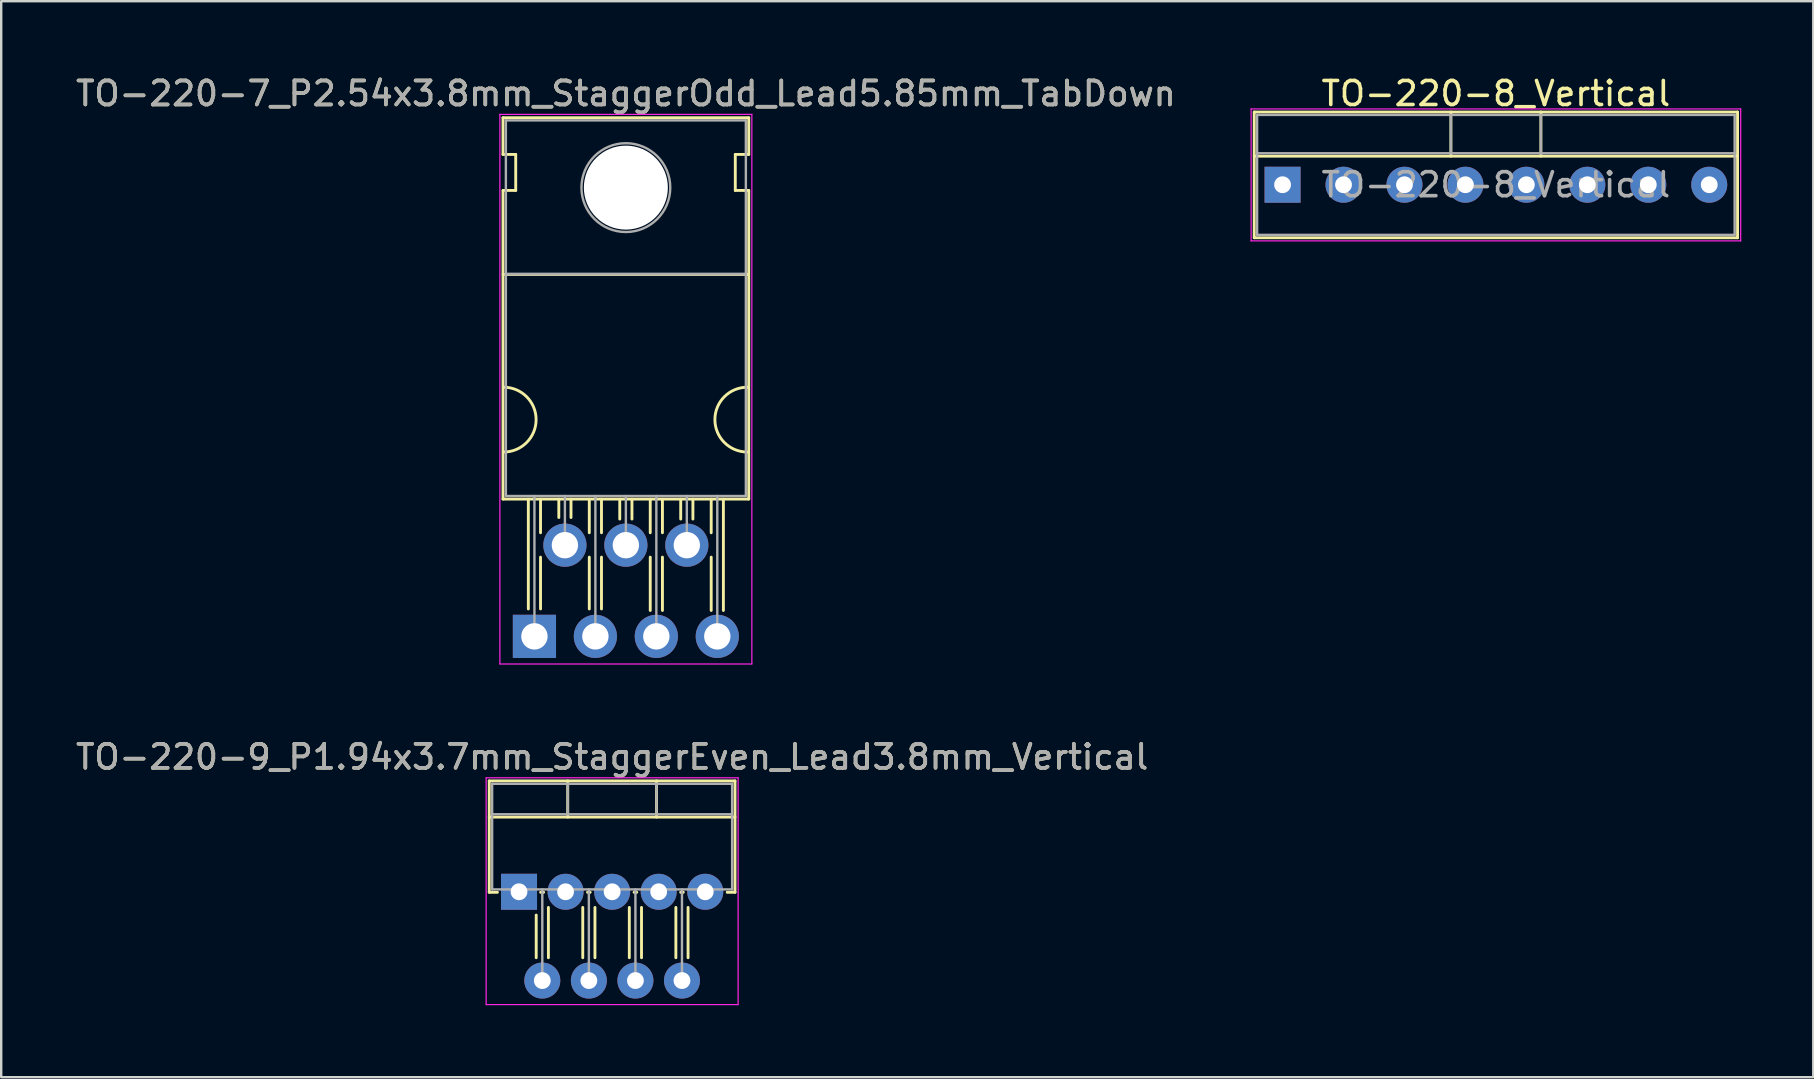
<source format=kicad_pcb>
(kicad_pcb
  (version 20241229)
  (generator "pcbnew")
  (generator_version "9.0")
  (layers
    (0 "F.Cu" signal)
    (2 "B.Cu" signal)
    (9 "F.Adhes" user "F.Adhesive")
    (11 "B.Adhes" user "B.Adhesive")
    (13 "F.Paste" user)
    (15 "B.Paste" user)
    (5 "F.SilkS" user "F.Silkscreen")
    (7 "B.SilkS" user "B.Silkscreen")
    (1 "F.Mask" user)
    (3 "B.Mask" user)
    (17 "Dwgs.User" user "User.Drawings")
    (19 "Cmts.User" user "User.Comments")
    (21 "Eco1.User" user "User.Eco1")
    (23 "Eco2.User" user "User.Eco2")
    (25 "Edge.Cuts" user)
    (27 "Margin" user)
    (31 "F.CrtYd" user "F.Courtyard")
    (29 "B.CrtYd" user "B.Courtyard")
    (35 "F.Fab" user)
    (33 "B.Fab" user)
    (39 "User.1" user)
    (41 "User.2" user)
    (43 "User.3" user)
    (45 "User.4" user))
  (footprint "TO-220-9_P1.94x3.7mm_StaggerEven_Lead3.8mm_Vertical"
    (layer "F.Cu")
    (at 18.578 34.111)
    (property "Reference" "TO-220-9_P1.94x3.7mm_StaggerEven_Lead3.8mm_Vertical" (at 3.88 -5.62 0) (layer "F.SilkS") (effects (font (size 1 1) (thickness 0.15))))
    (attr through_hole)
    (fp_line (start -1.241 -4.62) (end -1.241 0.021) (stroke (width 0.12) (type solid)) (layer "F.SilkS"))
    (fp_line (start -1.241 -4.62) (end 9 -4.62) (stroke (width 0.12) (type solid)) (layer "F.SilkS"))
    (fp_line (start -1.241 -3.111) (end 9 -3.111) (stroke (width 0.12) (type solid)) (layer "F.SilkS"))
    (fp_line (start -1.241 0.021) (end -0.9 0.021) (stroke (width 0.12) (type solid)) (layer "F.SilkS"))
    (fp_line (start 0.716 2.748) (end 0.716 0.97) (stroke (width 0.12) (type solid)) (layer "F.SilkS"))
    (fp_line (start 0.9 0.021) (end 1.025 0.021) (stroke (width 0.12) (type solid)) (layer "F.SilkS"))
    (fp_line (start 1.224 2.748) (end 1.224 0.652) (stroke (width 0.12) (type solid)) (layer "F.SilkS"))
    (fp_line (start 2.03 -4.62) (end 2.03 -3.111) (stroke (width 0.12) (type solid)) (layer "F.SilkS"))
    (fp_line (start 2.656 2.748) (end 2.656 0.652) (stroke (width 0.12) (type solid)) (layer "F.SilkS"))
    (fp_line (start 2.855 0.021) (end 2.965 0.021) (stroke (width 0.12) (type solid)) (layer "F.SilkS"))
    (fp_line (start 3.164 2.748) (end 3.164 0.652) (stroke (width 0.12) (type solid)) (layer "F.SilkS"))
    (fp_line (start 4.596 2.748) (end 4.596 0.652) (stroke (width 0.12) (type solid)) (layer "F.SilkS"))
    (fp_line (start 4.795 0.021) (end 4.905 0.021) (stroke (width 0.12) (type solid)) (layer "F.SilkS"))
    (fp_line (start 5.104 2.748) (end 5.104 0.652) (stroke (width 0.12) (type solid)) (layer "F.SilkS"))
    (fp_line (start 5.73 -4.62) (end 5.73 -3.111) (stroke (width 0.12) (type solid)) (layer "F.SilkS"))
    (fp_line (start 6.536 2.748) (end 6.536 0.652) (stroke (width 0.12) (type solid)) (layer "F.SilkS"))
    (fp_line (start 6.735 0.021) (end 6.845 0.021) (stroke (width 0.12) (type solid)) (layer "F.SilkS"))
    (fp_line (start 7.044 2.748) (end 7.044 0.652) (stroke (width 0.12) (type solid)) (layer "F.SilkS"))
    (fp_line (start 8.675 0.021) (end 9 0.021) (stroke (width 0.12) (type solid)) (layer "F.SilkS"))
    (fp_line (start 9 -4.62) (end 9 0.021) (stroke (width 0.12) (type solid)) (layer "F.SilkS"))
    (fp_line (start -1.37 -4.75) (end -1.37 4.7) (stroke (width 0.05) (type solid)) (layer "F.CrtYd"))
    (fp_line (start -1.37 4.7) (end 9.13 4.7) (stroke (width 0.05) (type solid)) (layer "F.CrtYd"))
    (fp_line (start 9.13 -4.75) (end -1.37 -4.75) (stroke (width 0.05) (type solid)) (layer "F.CrtYd"))
    (fp_line (start 9.13 4.7) (end 9.13 -4.75) (stroke (width 0.05) (type solid)) (layer "F.CrtYd"))
    (fp_line (start -1.12 -4.5) (end -1.12 -0.1) (stroke (width 0.1) (type solid)) (layer "F.Fab"))
    (fp_line (start -1.12 -3.23) (end 8.88 -3.23) (stroke (width 0.1) (type solid)) (layer "F.Fab"))
    (fp_line (start -1.12 -0.1) (end 8.88 -0.1) (stroke (width 0.1) (type solid)) (layer "F.Fab"))
    (fp_line (start 0 -0.1) (end 0 0) (stroke (width 0.1) (type solid)) (layer "F.Fab"))
    (fp_line (start 0.97 -0.1) (end 0.97 3.7) (stroke (width 0.1) (type solid)) (layer "F.Fab"))
    (fp_line (start 1.94 -0.1) (end 1.94 0) (stroke (width 0.1) (type solid)) (layer "F.Fab"))
    (fp_line (start 2.03 -4.5) (end 2.03 -3.23) (stroke (width 0.1) (type solid)) (layer "F.Fab"))
    (fp_line (start 2.91 -0.1) (end 2.91 3.7) (stroke (width 0.1) (type solid)) (layer "F.Fab"))
    (fp_line (start 3.88 -0.1) (end 3.88 0) (stroke (width 0.1) (type solid)) (layer "F.Fab"))
    (fp_line (start 4.85 -0.1) (end 4.85 3.7) (stroke (width 0.1) (type solid)) (layer "F.Fab"))
    (fp_line (start 5.73 -4.5) (end 5.73 -3.23) (stroke (width 0.1) (type solid)) (layer "F.Fab"))
    (fp_line (start 5.82 -0.1) (end 5.82 0) (stroke (width 0.1) (type solid)) (layer "F.Fab"))
    (fp_line (start 6.79 -0.1) (end 6.79 3.7) (stroke (width 0.1) (type solid)) (layer "F.Fab"))
    (fp_line (start 7.76 -0.1) (end 7.76 0) (stroke (width 0.1) (type solid)) (layer "F.Fab"))
    (fp_line (start 8.88 -4.5) (end -1.12 -4.5) (stroke (width 0.1) (type solid)) (layer "F.Fab"))
    (fp_line (start 8.88 -0.1) (end 8.88 -4.5) (stroke (width 0.1) (type solid)) (layer "F.Fab"))
    (fp_text user "${REFERENCE}" (at 3.88 -5.62 0) (layer "F.Fab") (effects (font (size 1 1) (thickness 0.15))))
    (pad "1" thru_hole rect (at 0 0) (size 1.5 1.5) (drill 0.7) (layers "*.Cu" "*.Mask"))
    (pad "2" thru_hole oval (at 0.97 3.7) (size 1.5 1.5) (drill 0.7) (layers "*.Cu" "*.Mask"))
    (pad "3" thru_hole oval (at 1.94 0) (size 1.5 1.5) (drill 0.7) (layers "*.Cu" "*.Mask"))
    (pad "4" thru_hole oval (at 2.91 3.7) (size 1.5 1.5) (drill 0.7) (layers "*.Cu" "*.Mask"))
    (pad "5" thru_hole oval (at 3.88 0) (size 1.5 1.5) (drill 0.7) (layers "*.Cu" "*.Mask"))
    (pad "6" thru_hole oval (at 4.85 3.7) (size 1.5 1.5) (drill 0.7) (layers "*.Cu" "*.Mask"))
    (pad "7" thru_hole oval (at 5.82 0) (size 1.5 1.5) (drill 0.7) (layers "*.Cu" "*.Mask"))
    (pad "8" thru_hole oval (at 6.79 3.7) (size 1.5 1.5) (drill 0.7) (layers "*.Cu" "*.Mask"))
    (pad "9" thru_hole oval (at 7.76 0) (size 1.5 1.5) (drill 0.7) (layers "*.Cu" "*.Mask")))
  (footprint "TO-220-7_P2.54x3.8mm_StaggerOdd_Lead5.85mm_TabDown"
    (layer "F.Cu")
    (at 19.22 23.468)
    (property "Reference" "TO-220-7_P2.54x3.8mm_StaggerOdd_Lead5.85mm_TabDown" (at 3.81 -22.62 0) (layer "F.SilkS") (effects (font (size 1 1) (thickness 0.15))))
    (attr through_hole)
    (fp_line (start -1.31 -21.612) (end -1.31 -20.082) (stroke (width 0.12) (type solid)) (layer "F.SilkS"))
    (fp_line (start -1.31 -21.612) (end 8.93 -21.612) (stroke (width 0.12) (type solid)) (layer "F.SilkS"))
    (fp_line (start -1.31 -20.082) (end -0.78 -20.082) (stroke (width 0.12) (type solid)) (layer "F.SilkS"))
    (fp_line (start -1.31 -18.582) (end -1.31 -5.722) (stroke (width 0.12) (type solid)) (layer "F.SilkS"))
    (fp_line (start -1.31 -5.722) (end 8.93 -5.722) (stroke (width 0.12) (type solid)) (layer "F.SilkS"))
    (fp_line (start -1.305 -15.082) (end 8.92 -15.082) (stroke (width 0.12) (type solid)) (layer "F.SilkS"))
    (fp_line (start -0.78 -20.082) (end -0.78 -18.582) (stroke (width 0.12) (type solid)) (layer "F.SilkS"))
    (fp_line (start -0.78 -18.582) (end -1.305 -18.582) (stroke (width 0.12) (type solid)) (layer "F.SilkS"))
    (fp_line (start -0.254 -5.715) (end -0.254 -1.143) (stroke (width 0.12) (type solid)) (layer "F.SilkS"))
    (fp_line (start 0.254 -4.318) (end 0.254 -5.715) (stroke (width 0.12) (type solid)) (layer "F.SilkS"))
    (fp_line (start 0.254 -1.143) (end 0.254 -3.302) (stroke (width 0.12) (type solid)) (layer "F.SilkS"))
    (fp_line (start 1.016 -5.715) (end 1.016 -4.953) (stroke (width 0.12) (type solid)) (layer "F.SilkS"))
    (fp_line (start 1.524 -4.953) (end 1.524 -5.715) (stroke (width 0.12) (type solid)) (layer "F.SilkS"))
    (fp_line (start 2.286 -5.715) (end 2.286 -4.318) (stroke (width 0.12) (type solid)) (layer "F.SilkS"))
    (fp_line (start 2.286 -3.302) (end 2.286 -1.143) (stroke (width 0.12) (type solid)) (layer "F.SilkS"))
    (fp_line (start 2.794 -4.318) (end 2.794 -5.715) (stroke (width 0.12) (type solid)) (layer "F.SilkS"))
    (fp_line (start 2.794 -1.143) (end 2.794 -3.302) (stroke (width 0.12) (type solid)) (layer "F.SilkS"))
    (fp_line (start 3.556 -5.715) (end 3.556 -4.889) (stroke (width 0.12) (type solid)) (layer "F.SilkS"))
    (fp_line (start 4.064 -4.889) (end 4.064 -5.715) (stroke (width 0.12) (type solid)) (layer "F.SilkS"))
    (fp_line (start 4.826 -5.715) (end 4.826 -4.318) (stroke (width 0.12) (type solid)) (layer "F.SilkS"))
    (fp_line (start 4.826 -3.302) (end 4.826 -1.079) (stroke (width 0.12) (type solid)) (layer "F.SilkS"))
    (fp_line (start 5.334 -4.318) (end 5.334 -5.715) (stroke (width 0.12) (type solid)) (layer "F.SilkS"))
    (fp_line (start 5.334 -1.079) (end 5.334 -3.302) (stroke (width 0.12) (type solid)) (layer "F.SilkS"))
    (fp_line (start 6.096 -5.715) (end 6.096 -4.889) (stroke (width 0.12) (type solid)) (layer "F.SilkS"))
    (fp_line (start 6.604 -4.889) (end 6.604 -5.715) (stroke (width 0.12) (type solid)) (layer "F.SilkS"))
    (fp_line (start 7.366 -5.715) (end 7.366 -4.318) (stroke (width 0.12) (type solid)) (layer "F.SilkS"))
    (fp_line (start 7.366 -3.302) (end 7.366 -1.079) (stroke (width 0.12) (type solid)) (layer "F.SilkS"))
    (fp_line (start 7.874 -1.079) (end 7.874 -5.715) (stroke (width 0.12) (type solid)) (layer "F.SilkS"))
    (fp_line (start 8.37 -20.082) (end 8.93 -20.082) (stroke (width 0.12) (type solid)) (layer "F.SilkS"))
    (fp_line (start 8.37 -18.582) (end 8.37 -20.082) (stroke (width 0.12) (type solid)) (layer "F.SilkS"))
    (fp_line (start 8.93 -21.612) (end 8.93 -20.082) (stroke (width 0.12) (type solid)) (layer "F.SilkS"))
    (fp_line (start 8.93 -18.582) (end 8.37 -18.582) (stroke (width 0.12) (type solid)) (layer "F.SilkS"))
    (fp_line (start 8.93 -18.582) (end 8.93 -5.722) (stroke (width 0.12) (type solid)) (layer "F.SilkS"))
    (fp_arc (start -1.28 -10.382) (mid 0.07 -9.032) (end -1.28 -7.682) (stroke (width 0.12) (type solid)) (layer "F.SilkS"))
    (fp_arc (start 8.87 -7.682) (mid 7.52 -9.032) (end 8.87 -10.382) (stroke (width 0.12) (type solid)) (layer "F.SilkS"))
    (fp_line (start -1.44 -21.75) (end -1.44 1.15) (stroke (width 0.05) (type solid)) (layer "F.CrtYd"))
    (fp_line (start -1.44 1.15) (end 9.06 1.15) (stroke (width 0.05) (type solid)) (layer "F.CrtYd"))
    (fp_line (start 9.06 -21.75) (end -1.44 -21.75) (stroke (width 0.05) (type solid)) (layer "F.CrtYd"))
    (fp_line (start 9.06 1.15) (end 9.06 -21.75) (stroke (width 0.05) (type solid)) (layer "F.CrtYd"))
    (fp_line (start -1.19 -21.5) (end 8.81 -21.5) (stroke (width 0.1) (type solid)) (layer "F.Fab"))
    (fp_line (start -1.19 -15.1) (end -1.19 -21.5) (stroke (width 0.1) (type solid)) (layer "F.Fab"))
    (fp_line (start -1.19 -15.1) (end 8.81 -15.1) (stroke (width 0.1) (type solid)) (layer "F.Fab"))
    (fp_line (start -1.19 -5.85) (end -1.19 -15.1) (stroke (width 0.1) (type solid)) (layer "F.Fab"))
    (fp_line (start 0 -5.85) (end 0 0) (stroke (width 0.1) (type solid)) (layer "F.Fab"))
    (fp_line (start 1.27 -5.85) (end 1.27 -3.8) (stroke (width 0.1) (type solid)) (layer "F.Fab"))
    (fp_line (start 2.54 -5.85) (end 2.54 0) (stroke (width 0.1) (type solid)) (layer "F.Fab"))
    (fp_line (start 3.81 -5.85) (end 3.81 -3.8) (stroke (width 0.1) (type solid)) (layer "F.Fab"))
    (fp_line (start 5.08 -5.85) (end 5.08 0) (stroke (width 0.1) (type solid)) (layer "F.Fab"))
    (fp_line (start 6.35 -5.85) (end 6.35 -3.8) (stroke (width 0.1) (type solid)) (layer "F.Fab"))
    (fp_line (start 7.62 -5.85) (end 7.62 0) (stroke (width 0.1) (type solid)) (layer "F.Fab"))
    (fp_line (start 8.81 -21.5) (end 8.81 -15.1) (stroke (width 0.1) (type solid)) (layer "F.Fab"))
    (fp_line (start 8.81 -15.1) (end -1.19 -15.1) (stroke (width 0.1) (type solid)) (layer "F.Fab"))
    (fp_line (start 8.81 -15.1) (end 8.81 -5.85) (stroke (width 0.1) (type solid)) (layer "F.Fab"))
    (fp_line (start 8.81 -5.85) (end -1.19 -5.85) (stroke (width 0.1) (type solid)) (layer "F.Fab"))
    (fp_circle (center 3.81 -18.7) (end 5.66 -18.7) (stroke (width 0.1) (type solid)) (fill no) (layer "F.Fab"))
    (fp_text user "${REFERENCE}" (at 3.81 -22.62 0) (layer "F.Fab") (effects (font (size 1 1) (thickness 0.15))))
    (pad "" np_thru_hole oval (at 3.81 -18.7) (size 3.5 3.5) (drill 3.5) (layers "*.Cu" "*.Mask"))
    (pad "1" thru_hole rect (at 0 0) (size 1.8 1.8) (drill 1.1) (layers "*.Cu" "*.Mask"))
    (pad "2" thru_hole oval (at 1.27 -3.8) (size 1.8 1.8) (drill 1.1) (layers "*.Cu" "*.Mask"))
    (pad "3" thru_hole oval (at 2.54 0) (size 1.8 1.8) (drill 1.1) (layers "*.Cu" "*.Mask"))
    (pad "4" thru_hole oval (at 3.81 -3.8) (size 1.8 1.8) (drill 1.1) (layers "*.Cu" "*.Mask"))
    (pad "5" thru_hole oval (at 5.08 0) (size 1.8 1.8) (drill 1.1) (layers "*.Cu" "*.Mask"))
    (pad "6" thru_hole oval (at 6.35 -3.8) (size 1.8 1.8) (drill 1.1) (layers "*.Cu" "*.Mask"))
    (pad "7" thru_hole oval (at 7.62 0) (size 1.8 1.8) (drill 1.1) (layers "*.Cu" "*.Mask")))
  (footprint "TO-220-8_Vertical"
    (layer "F.Cu")
    (at 50.395 4.648)
    (property "Reference" "TO-220-8_Vertical" (at 8.89 -3.8 0) (layer "F.SilkS") (effects (font (size 1 1) (thickness 0.15))))
    (attr through_hole)
    (fp_line (start -1.18 -3.03) (end -1.18 2.211) (stroke (width 0.12) (type solid)) (layer "F.SilkS"))
    (fp_line (start -1.18 -3.03) (end 18.96 -3.03) (stroke (width 0.12) (type solid)) (layer "F.SilkS"))
    (fp_line (start -1.18 -1.19) (end 18.96 -1.19) (stroke (width 0.12) (type solid)) (layer "F.SilkS"))
    (fp_line (start -1.18 2.21) (end 18.96 2.21) (stroke (width 0.12) (type solid)) (layer "F.SilkS"))
    (fp_line (start 7.015 -3.03) (end 7.015 -1.19) (stroke (width 0.12) (type solid)) (layer "F.SilkS"))
    (fp_line (start 10.765 -3.03) (end 10.765 -1.19) (stroke (width 0.12) (type solid)) (layer "F.SilkS"))
    (fp_line (start 18.96 -3.03) (end 18.96 2.21) (stroke (width 0.12) (type solid)) (layer "F.SilkS"))
    (fp_line (start -1.31 -3.16) (end -1.31 2.34) (stroke (width 0.05) (type solid)) (layer "F.CrtYd"))
    (fp_line (start -1.31 2.34) (end 19.09 2.34) (stroke (width 0.05) (type solid)) (layer "F.CrtYd"))
    (fp_line (start 19.09 -3.16) (end -1.31 -3.16) (stroke (width 0.05) (type solid)) (layer "F.CrtYd"))
    (fp_line (start 19.09 2.34) (end 19.09 -3.16) (stroke (width 0.05) (type solid)) (layer "F.CrtYd"))
    (fp_line (start -1.06 -2.91) (end -1.06 2.09) (stroke (width 0.1) (type solid)) (layer "F.Fab"))
    (fp_line (start -1.06 -1.31) (end 18.84 -1.31) (stroke (width 0.1) (type solid)) (layer "F.Fab"))
    (fp_line (start -1.06 2.09) (end 18.84 2.09) (stroke (width 0.1) (type solid)) (layer "F.Fab"))
    (fp_line (start 7.015 -2.91) (end 7.015 -1.31) (stroke (width 0.1) (type solid)) (layer "F.Fab"))
    (fp_line (start 10.765 -2.91) (end 10.765 -1.31) (stroke (width 0.1) (type solid)) (layer "F.Fab"))
    (fp_line (start 18.84 -2.91) (end -1.06 -2.91) (stroke (width 0.1) (type solid)) (layer "F.Fab"))
    (fp_line (start 18.84 2.09) (end 18.84 -2.91) (stroke (width 0.1) (type solid)) (layer "F.Fab"))
    (fp_text user "${REFERENCE}" (at 8.89 0 0) (layer "F.Fab") (effects (font (size 1 1) (thickness 0.15))))
    (pad "1" thru_hole rect (at 0 0) (size 1.5 1.5) (drill 0.7) (layers "*.Cu" "*.Mask"))
    (pad "2" thru_hole oval (at 2.54 0) (size 1.5 1.5) (drill 0.7) (layers "*.Cu" "*.Mask"))
    (pad "3" thru_hole oval (at 5.08 0) (size 1.5 1.5) (drill 0.7) (layers "*.Cu" "*.Mask"))
    (pad "4" thru_hole oval (at 7.62 0) (size 1.5 1.5) (drill 0.7) (layers "*.Cu" "*.Mask"))
    (pad "5" thru_hole oval (at 10.16 0) (size 1.5 1.5) (drill 0.7) (layers "*.Cu" "*.Mask"))
    (pad "6" thru_hole oval (at 12.7 0) (size 1.5 1.5) (drill 0.7) (layers "*.Cu" "*.Mask"))
    (pad "7" thru_hole oval (at 15.24 0) (size 1.5 1.5) (drill 0.7) (layers "*.Cu" "*.Mask"))
    (pad "8" thru_hole oval (at 17.78 0) (size 1.5 1.5) (drill 0.7) (layers "*.Cu" "*.Mask")))
  (gr_rect
    (start -3 -3)
    (end 72.51 41.837)
    (stroke (width 0.1) (type default))
    (fill no)
    (layer "Edge.Cuts")))
</source>
